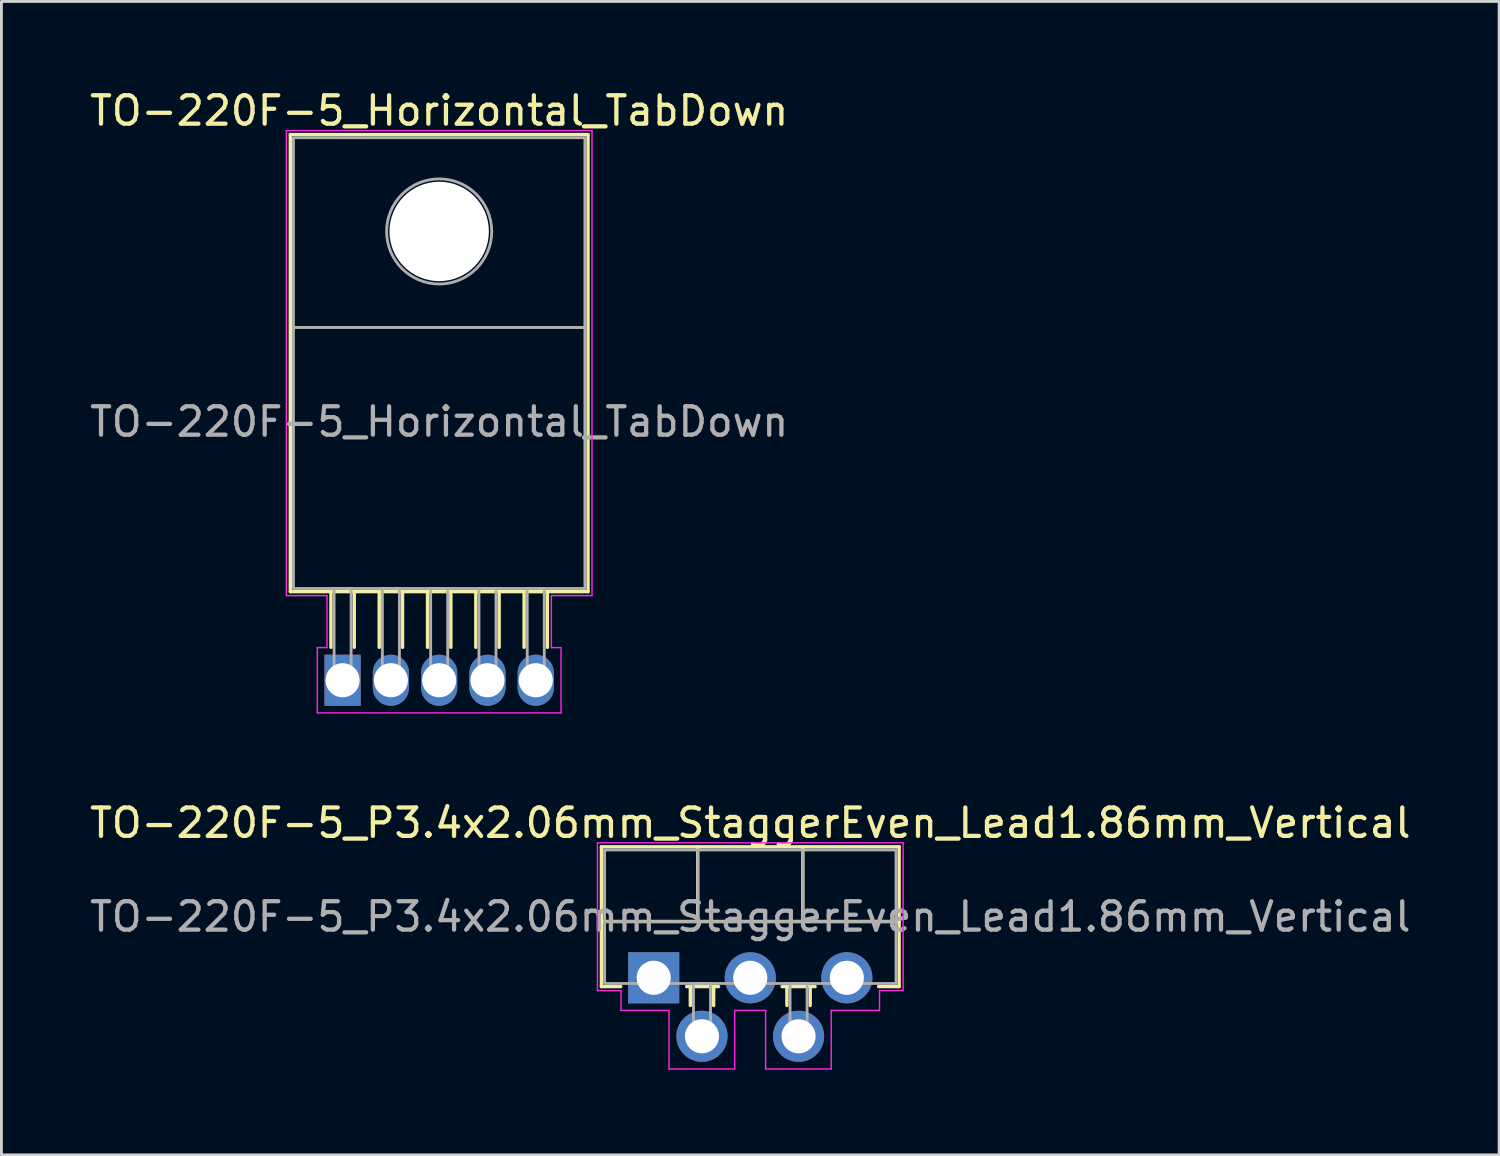
<source format=kicad_pcb>
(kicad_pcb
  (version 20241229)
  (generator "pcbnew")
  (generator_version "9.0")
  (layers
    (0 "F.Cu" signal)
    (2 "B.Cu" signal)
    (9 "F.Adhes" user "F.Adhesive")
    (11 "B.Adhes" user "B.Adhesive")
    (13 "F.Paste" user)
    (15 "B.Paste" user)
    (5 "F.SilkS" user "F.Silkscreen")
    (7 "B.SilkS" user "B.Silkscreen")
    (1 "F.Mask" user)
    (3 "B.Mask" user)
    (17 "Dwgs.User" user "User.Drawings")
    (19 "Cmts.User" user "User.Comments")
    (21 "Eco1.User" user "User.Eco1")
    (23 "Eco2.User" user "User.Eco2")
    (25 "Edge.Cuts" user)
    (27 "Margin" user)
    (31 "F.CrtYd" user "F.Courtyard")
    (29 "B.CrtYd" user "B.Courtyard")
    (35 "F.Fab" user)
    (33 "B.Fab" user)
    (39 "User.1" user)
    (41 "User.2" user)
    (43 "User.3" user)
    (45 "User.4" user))
  (footprint "TO-220F-5_Horizontal_TabDown"
    (layer "F.Cu")
    (at 9.011 20.898)
    (property "Reference" "TO-220F-5_Horizontal_TabDown" (at 3.4 -20.05 0) (layer "F.SilkS") (effects (font (size 1 1) (thickness 0.15))))
    (attr through_hole)
    (fp_line (start -1.84 -19.21) (end 8.64 -19.21) (stroke (width 0.12) (type solid)) (layer "F.SilkS"))
    (fp_line (start -1.84 -3.12) (end -1.84 -19.21) (stroke (width 0.12) (type solid)) (layer "F.SilkS"))
    (fp_line (start -1.84 -3.12) (end 8.64 -3.12) (stroke (width 0.12) (type solid)) (layer "F.SilkS"))
    (fp_line (start -0.41 -3.12) (end -0.41 -1.16) (stroke (width 0.12) (type solid)) (layer "F.SilkS"))
    (fp_line (start 0.41 -3.12) (end 0.41 -1.16) (stroke (width 0.12) (type solid)) (layer "F.SilkS"))
    (fp_line (start 1.29 -3.12) (end 1.29 -1.16) (stroke (width 0.12) (type solid)) (layer "F.SilkS"))
    (fp_line (start 2.11 -3.12) (end 2.11 -1.16) (stroke (width 0.12) (type solid)) (layer "F.SilkS"))
    (fp_line (start 2.99 -3.12) (end 2.99 -1.16) (stroke (width 0.12) (type solid)) (layer "F.SilkS"))
    (fp_line (start 3.81 -3.12) (end 3.81 -1.16) (stroke (width 0.12) (type solid)) (layer "F.SilkS"))
    (fp_line (start 4.69 -3.12) (end 4.69 -1.16) (stroke (width 0.12) (type solid)) (layer "F.SilkS"))
    (fp_line (start 5.51 -3.12) (end 5.51 -1.16) (stroke (width 0.12) (type solid)) (layer "F.SilkS"))
    (fp_line (start 6.39 -3.12) (end 6.39 -1.16) (stroke (width 0.12) (type solid)) (layer "F.SilkS"))
    (fp_line (start 7.21 -3.12) (end 7.21 -1.16) (stroke (width 0.12) (type solid)) (layer "F.SilkS"))
    (fp_line (start 8.64 -3.12) (end 8.64 -19.21) (stroke (width 0.12) (type solid)) (layer "F.SilkS"))
    (fp_line (start -1.98 -19.35) (end 8.78 -19.35) (stroke (width 0.05) (type solid)) (layer "F.CrtYd"))
    (fp_line (start -1.98 -2.98) (end -1.98 -19.35) (stroke (width 0.05) (type solid)) (layer "F.CrtYd"))
    (fp_line (start -0.89 -1.15) (end -0.55 -1.15) (stroke (width 0.05) (type solid)) (layer "F.CrtYd"))
    (fp_line (start -0.89 1.15) (end -0.89 -1.15) (stroke (width 0.05) (type solid)) (layer "F.CrtYd"))
    (fp_line (start -0.55 -2.98) (end -1.98 -2.98) (stroke (width 0.05) (type solid)) (layer "F.CrtYd"))
    (fp_line (start -0.55 -1.15) (end -0.55 -2.98) (stroke (width 0.05) (type solid)) (layer "F.CrtYd"))
    (fp_line (start 7.35 -2.98) (end 7.35 -1.15) (stroke (width 0.05) (type solid)) (layer "F.CrtYd"))
    (fp_line (start 7.35 -1.15) (end 7.69 -1.15) (stroke (width 0.05) (type solid)) (layer "F.CrtYd"))
    (fp_line (start 7.69 -1.15) (end 7.69 1.15) (stroke (width 0.05) (type solid)) (layer "F.CrtYd"))
    (fp_line (start 7.69 1.15) (end -0.89 1.15) (stroke (width 0.05) (type solid)) (layer "F.CrtYd"))
    (fp_line (start 8.78 -19.35) (end 8.78 -2.98) (stroke (width 0.05) (type solid)) (layer "F.CrtYd"))
    (fp_line (start 8.78 -2.98) (end 7.35 -2.98) (stroke (width 0.05) (type solid)) (layer "F.CrtYd"))
    (fp_rect (start -1.73 -19.1) (end 8.53 -12.42) (stroke (width 0.1) (type solid)) (fill no) (layer "F.Fab"))
    (fp_rect (start -1.73 -12.42) (end 8.53 -3.23) (stroke (width 0.1) (type solid)) (fill no) (layer "F.Fab"))
    (fp_rect (start -0.3 -3.23) (end 0.3 0) (stroke (width 0.1) (type solid)) (fill no) (layer "F.Fab"))
    (fp_rect (start 1.4 -3.23) (end 2 0) (stroke (width 0.1) (type solid)) (fill no) (layer "F.Fab"))
    (fp_rect (start 3.1 -3.23) (end 3.7 0) (stroke (width 0.1) (type solid)) (fill no) (layer "F.Fab"))
    (fp_rect (start 4.8 -3.23) (end 5.4 0) (stroke (width 0.1) (type solid)) (fill no) (layer "F.Fab"))
    (fp_rect (start 6.5 -3.23) (end 7.1 0) (stroke (width 0.1) (type solid)) (fill no) (layer "F.Fab"))
    (fp_circle (center 3.4 -15.8) (end 5.25 -15.8) (stroke (width 0.1) (type solid)) (fill no) (layer "F.Fab"))
    (fp_text user "${REFERENCE}" (at 3.4 -9.1 0) (layer "F.Fab") (effects (font (size 1 1) (thickness 0.15))))
    (pad "" np_thru_hole circle (at 3.4 -15.8) (size 3.5 3.5) (drill 3.5) (layers "*.Cu" "*.Mask"))
    (pad "1" thru_hole rect (at 0 0) (size 1.275 1.8) (drill 1.2) (layers "*.Cu" "*.Mask"))
    (pad "2" thru_hole oval (at 1.7 0) (size 1.275 1.8) (drill 1.2) (layers "*.Cu" "*.Mask"))
    (pad "3" thru_hole oval (at 3.4 0) (size 1.275 1.8) (drill 1.2) (layers "*.Cu" "*.Mask"))
    (pad "4" thru_hole oval (at 5.1 0) (size 1.275 1.8) (drill 1.2) (layers "*.Cu" "*.Mask"))
    (pad "5" thru_hole oval (at 6.8 0) (size 1.275 1.8) (drill 1.2) (layers "*.Cu" "*.Mask")))
  (footprint "TO-220F-5_P3.4x2.06mm_StaggerEven_Lead1.86mm_Vertical"
    (layer "F.Cu")
    (at 19.963 31.372)
    (property "Reference" "TO-220F-5_P3.4x2.06mm_StaggerEven_Lead1.86mm_Vertical" (at 3.4 -5.45 0) (layer "F.SilkS") (effects (font (size 1 1) (thickness 0.15))))
    (attr through_hole)
    (fp_line (start -1.84 -4.61) (end 8.64 -4.61) (stroke (width 0.12) (type solid)) (layer "F.SilkS"))
    (fp_line (start -1.84 -1.98) (end 8.64 -1.98) (stroke (width 0.12) (type solid)) (layer "F.SilkS"))
    (fp_line (start -1.84 0.31) (end -1.84 -4.61) (stroke (width 0.12) (type solid)) (layer "F.SilkS"))
    (fp_line (start -1.16 0.31) (end -1.84 0.31) (stroke (width 0.12) (type solid)) (layer "F.SilkS"))
    (fp_line (start 1.29 0.31) (end 1.29 0.975) (stroke (width 0.12) (type solid)) (layer "F.SilkS"))
    (fp_line (start 1.55 -4.61) (end 1.55 -1.98) (stroke (width 0.12) (type solid)) (layer "F.SilkS"))
    (fp_line (start 2.11 0.31) (end 2.11 0.975) (stroke (width 0.12) (type solid)) (layer "F.SilkS"))
    (fp_line (start 2.282 0.31) (end 1.16 0.31) (stroke (width 0.12) (type solid)) (layer "F.SilkS"))
    (fp_line (start 4.69 0.31) (end 4.69 0.975) (stroke (width 0.12) (type solid)) (layer "F.SilkS"))
    (fp_line (start 5.25 -4.61) (end 5.25 -1.98) (stroke (width 0.12) (type solid)) (layer "F.SilkS"))
    (fp_line (start 5.51 0.31) (end 5.51 0.975) (stroke (width 0.12) (type solid)) (layer "F.SilkS"))
    (fp_line (start 5.682 0.31) (end 4.518 0.31) (stroke (width 0.12) (type solid)) (layer "F.SilkS"))
    (fp_line (start 8.64 -4.61) (end 8.64 0.31) (stroke (width 0.12) (type solid)) (layer "F.SilkS"))
    (fp_line (start 8.64 0.31) (end 7.918 0.31) (stroke (width 0.12) (type solid)) (layer "F.SilkS"))
    (fp_line (start -1.98 -4.75) (end 8.78 -4.75) (stroke (width 0.05) (type solid)) (layer "F.CrtYd"))
    (fp_line (start -1.98 0.45) (end -1.98 -4.75) (stroke (width 0.05) (type solid)) (layer "F.CrtYd"))
    (fp_line (start -1.15 0.45) (end -1.98 0.45) (stroke (width 0.05) (type solid)) (layer "F.CrtYd"))
    (fp_line (start -1.15 1.15) (end -1.15 0.45) (stroke (width 0.05) (type solid)) (layer "F.CrtYd"))
    (fp_line (start 0.54 1.15) (end -1.15 1.15) (stroke (width 0.05) (type solid)) (layer "F.CrtYd"))
    (fp_line (start 0.54 3.21) (end 0.54 1.15) (stroke (width 0.05) (type solid)) (layer "F.CrtYd"))
    (fp_line (start 2.85 1.15) (end 2.85 3.21) (stroke (width 0.05) (type solid)) (layer "F.CrtYd"))
    (fp_line (start 2.85 3.21) (end 0.54 3.21) (stroke (width 0.05) (type solid)) (layer "F.CrtYd"))
    (fp_line (start 3.94 1.15) (end 2.85 1.15) (stroke (width 0.05) (type solid)) (layer "F.CrtYd"))
    (fp_line (start 3.94 3.21) (end 3.94 1.15) (stroke (width 0.05) (type solid)) (layer "F.CrtYd"))
    (fp_line (start 6.25 1.15) (end 6.25 3.21) (stroke (width 0.05) (type solid)) (layer "F.CrtYd"))
    (fp_line (start 6.25 3.21) (end 3.94 3.21) (stroke (width 0.05) (type solid)) (layer "F.CrtYd"))
    (fp_line (start 7.95 0.45) (end 7.95 1.15) (stroke (width 0.05) (type solid)) (layer "F.CrtYd"))
    (fp_line (start 7.95 1.15) (end 6.25 1.15) (stroke (width 0.05) (type solid)) (layer "F.CrtYd"))
    (fp_line (start 8.78 -4.75) (end 8.78 0.45) (stroke (width 0.05) (type solid)) (layer "F.CrtYd"))
    (fp_line (start 8.78 0.45) (end 7.95 0.45) (stroke (width 0.05) (type solid)) (layer "F.CrtYd"))
    (fp_line (start -1.73 -1.98) (end 8.53 -1.98) (stroke (width 0.1) (type solid)) (layer "F.Fab"))
    (fp_line (start 1.55 -4.5) (end 1.55 -1.98) (stroke (width 0.1) (type solid)) (layer "F.Fab"))
    (fp_line (start 5.25 -4.5) (end 5.25 -1.98) (stroke (width 0.1) (type solid)) (layer "F.Fab"))
    (fp_rect (start -1.73 -4.5) (end 8.53 0.2) (stroke (width 0.1) (type solid)) (fill no) (layer "F.Fab"))
    (fp_rect (start 1.4 0.2) (end 2 2.06) (stroke (width 0.1) (type solid)) (fill no) (layer "F.Fab"))
    (fp_rect (start 4.8 0.2) (end 5.4 2.06) (stroke (width 0.1) (type solid)) (fill no) (layer "F.Fab"))
    (fp_text user "${REFERENCE}" (at 3.4 -2.15 0) (layer "F.Fab") (effects (font (size 1 1) (thickness 0.15))))
    (pad "1" thru_hole rect (at 0 0) (size 1.8 1.8) (drill 1.2) (layers "*.Cu" "*.Mask"))
    (pad "2" thru_hole circle (at 1.7 2.06) (size 1.8 1.8) (drill 1.2) (layers "*.Cu" "*.Mask"))
    (pad "3" thru_hole circle (at 3.4 0) (size 1.8 1.8) (drill 1.2) (layers "*.Cu" "*.Mask"))
    (pad "4" thru_hole circle (at 5.1 2.06) (size 1.8 1.8) (drill 1.2) (layers "*.Cu" "*.Mask"))
    (pad "5" thru_hole circle (at 6.8 0) (size 1.8 1.8) (drill 1.2) (layers "*.Cu" "*.Mask")))
  (gr_rect
    (start -3 -3)
    (end 49.726 37.606)
    (stroke (width 0.1) (type default))
    (fill no)
    (layer "Edge.Cuts")))
</source>
